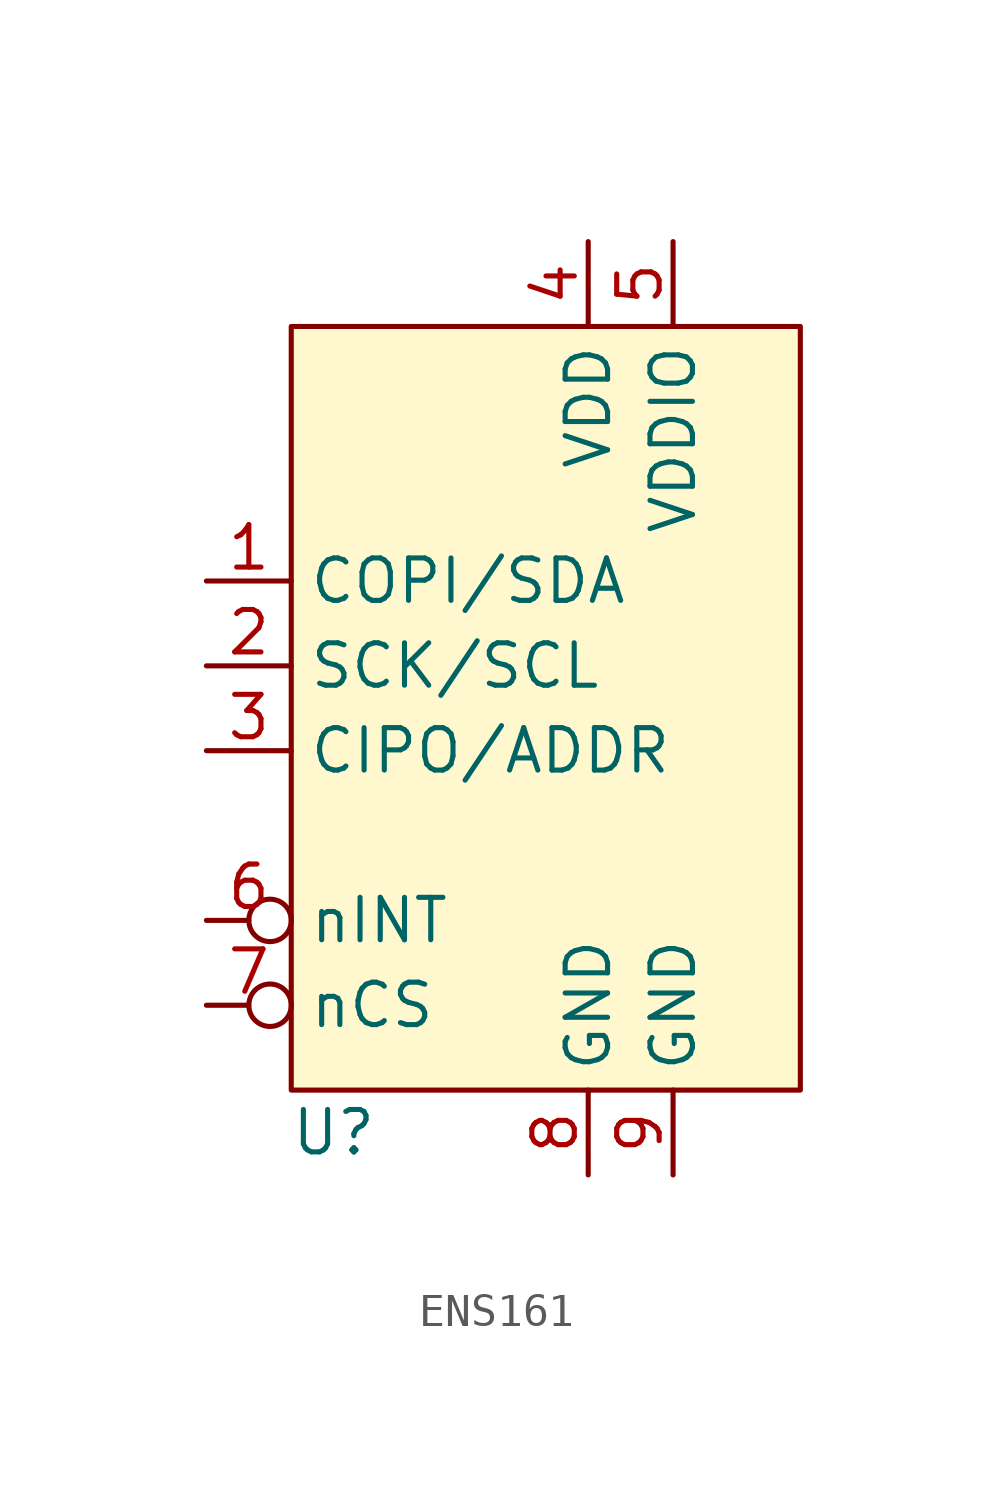
<source format=kicad_sym>
(kicad_symbol_lib
  (version 20241209)
  (generator "kicad_symbol_editor")
  (generator_version "9.0")
  (symbol "ENS161"
    (property "Reference" "U"
      (at 0 0 0)
      (effects (font (size 1.27 1.27))))
    (property "Value" ""
      (at 0 0 0)
      (effects (font (size 1.27 1.27))))
    (symbol "ENS161_0_1"
      (rectangle (start -1.27 24.13) (end 13.97 1.27) (stroke (width 0) (type default)) (fill (type color) (color 255 248 207 1))))
    (symbol "ENS161_1_1"
      (pin bidirectional line (at -3.81 16.51 0) (length 2.54) (name "COPI/SDA" (effects (font (size 1.27 1.27)))) (number "1" (effects (font (size 1.27 1.27)))))
      (pin input line (at -3.81 13.97 0) (length 2.54) (name "SCK/SCL" (effects (font (size 1.27 1.27)))) (number "2" (effects (font (size 1.27 1.27)))))
      (pin bidirectional line (at -3.81 11.43 0) (length 2.54) (name "CIPO/ADDR" (effects (font (size 1.27 1.27)))) (number "3" (effects (font (size 1.27 1.27)))))
      (pin output inverted (at -3.81 6.35 0) (length 2.54) (name "nINT" (effects (font (size 1.27 1.27)))) (number "6" (effects (font (size 1.27 1.27)))))
      (pin input inverted (at -3.81 3.81 0) (length 2.54) (name "nCS" (effects (font (size 1.27 1.27)))) (number "7" (effects (font (size 1.27 1.27)))))
      (pin power_in line (at 7.62 26.67 270) (length 2.54) (name "VDD" (effects (font (size 1.27 1.27)))) (number "4" (effects (font (size 1.27 1.27)))))
      (pin power_in line (at 7.62 -1.27 90) (length 2.54) (name "GND" (effects (font (size 1.27 1.27)))) (number "8" (effects (font (size 1.27 1.27)))))
      (pin power_in line (at 10.16 26.67 270) (length 2.54) (name "VDDIO" (effects (font (size 1.27 1.27)))) (number "5" (effects (font (size 1.27 1.27)))))
      (pin power_in line (at 10.16 -1.27 90) (length 2.54) (name "GND" (effects (font (size 1.27 1.27)))) (number "9" (effects (font (size 1.27 1.27))))))))
</source>
